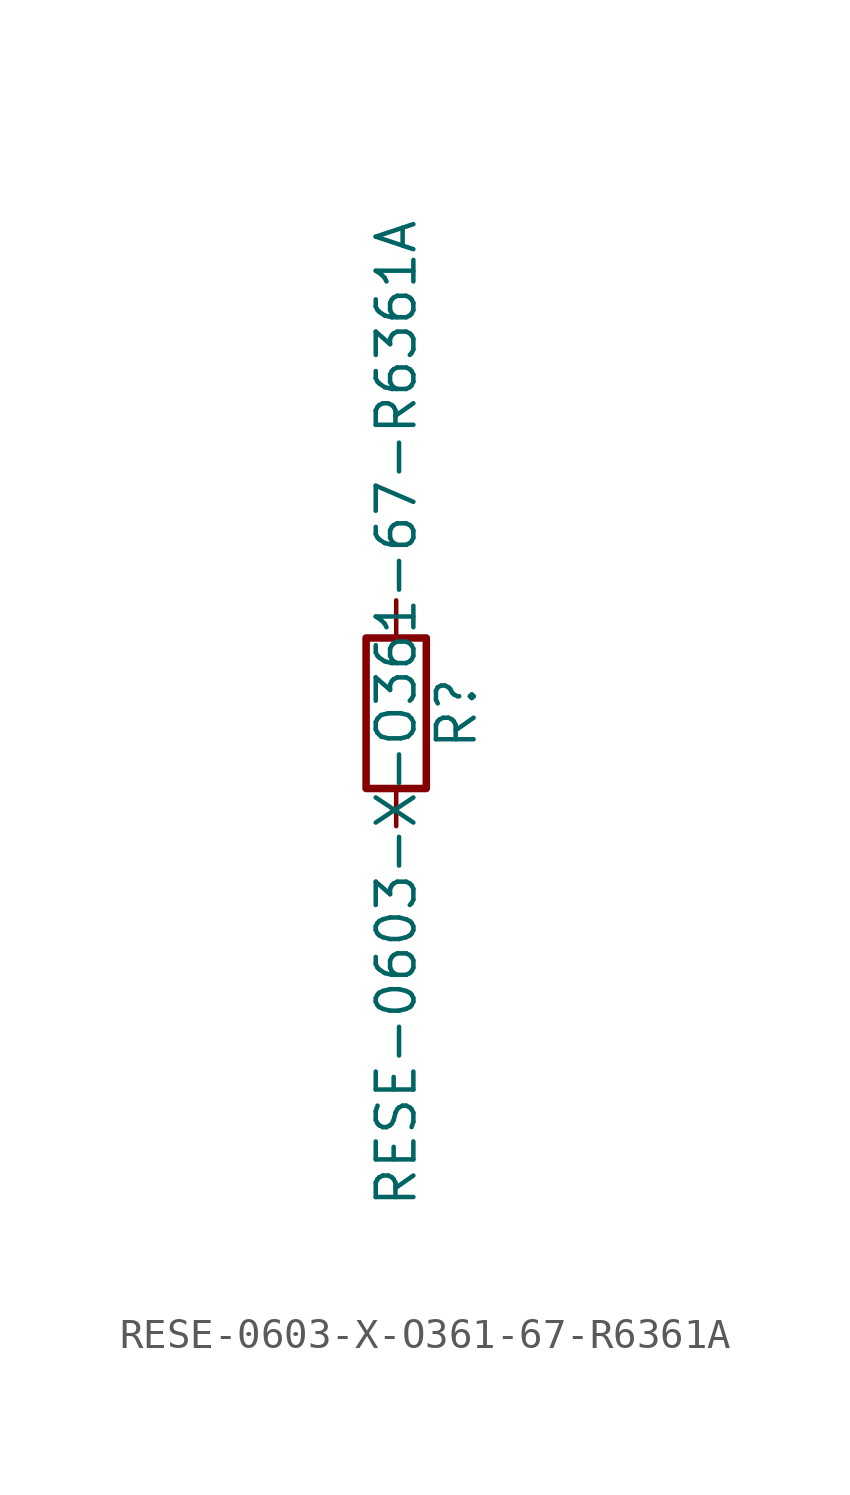
<source format=kicad_sym>
(kicad_symbol_lib
  (version 20211014)
  (generator kicad_symbol_editor)
  (symbol "RESE-0603-X-O361-67-R6361A"
    (pin_numbers hide)
    (pin_names
      (offset 0))
    (property "Reference" "R"
      (at 2.032 0 90)
      (effects (font (size 1.27 1.27))))
    (property "Value" "RESE-0603-X-O361-67-R6361A"
      (at 0 0 90)
      (effects (font (size 1.27 1.27))))
    (symbol "RESE-0603-X-O361-67-R6361A_0_1"
      (rectangle (start -1.016 -2.54) (end 1.016 2.54) (stroke (width 0.254) (type default) (color 0 0 0 0)) (fill (type none))))
    (symbol "RESE-0603-X-O361-67-R6361A_1_1"
      (pin passive line (at 0 3.81 270) (length 1.27) (name "~" (effects (font (size 1.27 1.27)))) (number "1" (effects (font (size 1.27 1.27)))))
      (pin passive line (at 0 -3.81 90) (length 1.27) (name "~" (effects (font (size 1.27 1.27)))) (number "2" (effects (font (size 1.27 1.27))))))))
</source>
